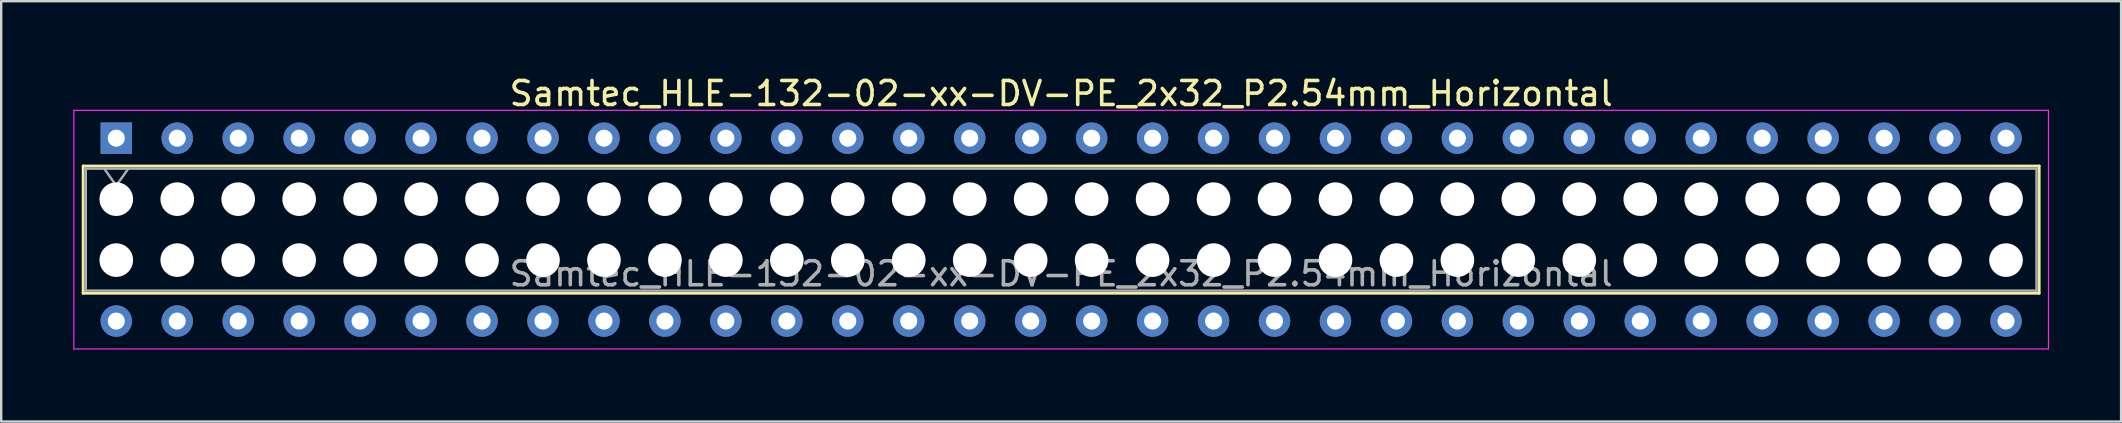
<source format=kicad_pcb>
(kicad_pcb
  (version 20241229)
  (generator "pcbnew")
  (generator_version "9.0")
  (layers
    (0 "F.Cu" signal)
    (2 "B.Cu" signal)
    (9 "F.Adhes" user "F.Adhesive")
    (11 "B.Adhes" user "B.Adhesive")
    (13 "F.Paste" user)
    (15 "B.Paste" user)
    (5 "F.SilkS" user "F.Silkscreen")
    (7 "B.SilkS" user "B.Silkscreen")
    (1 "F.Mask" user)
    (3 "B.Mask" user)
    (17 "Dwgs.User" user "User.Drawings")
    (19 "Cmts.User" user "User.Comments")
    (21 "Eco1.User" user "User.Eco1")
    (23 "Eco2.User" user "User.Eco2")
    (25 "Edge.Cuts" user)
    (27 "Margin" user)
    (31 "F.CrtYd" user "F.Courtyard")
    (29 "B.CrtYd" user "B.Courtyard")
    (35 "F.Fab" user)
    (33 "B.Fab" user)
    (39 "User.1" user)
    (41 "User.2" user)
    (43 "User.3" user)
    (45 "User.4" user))
  (footprint "Samtec_HLE-132-02-xx-DV-PE_2x32_P2.54mm_Horizontal"
    (layer "F.Cu")
    (at 1.795 2.708)
    (property "Reference" "Samtec_HLE-132-02-xx-DV-PE_2x32_P2.54mm_Horizontal" (at 39.37 -1.86 0) (layer "F.SilkS") (effects (font (size 1 1) (thickness 0.15))))
    (attr through_hole)
    (fp_line (start -1.38 1.16) (end 80.12 1.16) (stroke (width 0.12) (type solid)) (layer "F.SilkS"))
    (fp_line (start -1.38 6.46) (end -1.38 1.16) (stroke (width 0.12) (type solid)) (layer "F.SilkS"))
    (fp_line (start 80.12 1.16) (end 80.12 6.46) (stroke (width 0.12) (type solid)) (layer "F.SilkS"))
    (fp_line (start 80.12 6.46) (end -1.38 6.46) (stroke (width 0.12) (type solid)) (layer "F.SilkS"))
    (fp_line (start -1.77 -1.16) (end 80.51 -1.16) (stroke (width 0.05) (type solid)) (layer "F.CrtYd"))
    (fp_line (start -1.77 8.78) (end -1.77 -1.16) (stroke (width 0.05) (type solid)) (layer "F.CrtYd"))
    (fp_line (start 80.51 -1.16) (end 80.51 8.78) (stroke (width 0.05) (type solid)) (layer "F.CrtYd"))
    (fp_line (start 80.51 8.78) (end -1.77 8.78) (stroke (width 0.05) (type solid)) (layer "F.CrtYd"))
    (fp_line (start -1.27 1.27) (end 80.01 1.27) (stroke (width 0.1) (type solid)) (layer "F.Fab"))
    (fp_line (start -1.27 6.35) (end -1.27 1.27) (stroke (width 0.1) (type solid)) (layer "F.Fab"))
    (fp_line (start -0.5 1.27) (end 0 1.977) (stroke (width 0.1) (type solid)) (layer "F.Fab"))
    (fp_line (start 0 1.977) (end 0.5 1.27) (stroke (width 0.1) (type solid)) (layer "F.Fab"))
    (fp_line (start 80.01 1.27) (end 80.01 6.35) (stroke (width 0.1) (type solid)) (layer "F.Fab"))
    (fp_line (start 80.01 6.35) (end -1.27 6.35) (stroke (width 0.1) (type solid)) (layer "F.Fab"))
    (fp_text user "${REFERENCE}" (at 39.37 5.65 0) (layer "F.Fab") (effects (font (size 1 1) (thickness 0.15))))
    (pad "" np_thru_hole circle (at 0 2.54) (size 1.4 1.4) (drill 1.4) (layers "*.Cu" "*.Mask"))
    (pad "" np_thru_hole circle (at 0 5.08) (size 1.4 1.4) (drill 1.4) (layers "*.Cu" "*.Mask"))
    (pad "" np_thru_hole circle (at 2.54 2.54) (size 1.4 1.4) (drill 1.4) (layers "*.Cu" "*.Mask"))
    (pad "" np_thru_hole circle (at 2.54 5.08) (size 1.4 1.4) (drill 1.4) (layers "*.Cu" "*.Mask"))
    (pad "" np_thru_hole circle (at 5.08 2.54) (size 1.4 1.4) (drill 1.4) (layers "*.Cu" "*.Mask"))
    (pad "" np_thru_hole circle (at 5.08 5.08) (size 1.4 1.4) (drill 1.4) (layers "*.Cu" "*.Mask"))
    (pad "" np_thru_hole circle (at 7.62 2.54) (size 1.4 1.4) (drill 1.4) (layers "*.Cu" "*.Mask"))
    (pad "" np_thru_hole circle (at 7.62 5.08) (size 1.4 1.4) (drill 1.4) (layers "*.Cu" "*.Mask"))
    (pad "" np_thru_hole circle (at 10.16 2.54) (size 1.4 1.4) (drill 1.4) (layers "*.Cu" "*.Mask"))
    (pad "" np_thru_hole circle (at 10.16 5.08) (size 1.4 1.4) (drill 1.4) (layers "*.Cu" "*.Mask"))
    (pad "" np_thru_hole circle (at 12.7 2.54) (size 1.4 1.4) (drill 1.4) (layers "*.Cu" "*.Mask"))
    (pad "" np_thru_hole circle (at 12.7 5.08) (size 1.4 1.4) (drill 1.4) (layers "*.Cu" "*.Mask"))
    (pad "" np_thru_hole circle (at 15.24 2.54) (size 1.4 1.4) (drill 1.4) (layers "*.Cu" "*.Mask"))
    (pad "" np_thru_hole circle (at 15.24 5.08) (size 1.4 1.4) (drill 1.4) (layers "*.Cu" "*.Mask"))
    (pad "" np_thru_hole circle (at 17.78 2.54) (size 1.4 1.4) (drill 1.4) (layers "*.Cu" "*.Mask"))
    (pad "" np_thru_hole circle (at 17.78 5.08) (size 1.4 1.4) (drill 1.4) (layers "*.Cu" "*.Mask"))
    (pad "" np_thru_hole circle (at 20.32 2.54) (size 1.4 1.4) (drill 1.4) (layers "*.Cu" "*.Mask"))
    (pad "" np_thru_hole circle (at 20.32 5.08) (size 1.4 1.4) (drill 1.4) (layers "*.Cu" "*.Mask"))
    (pad "" np_thru_hole circle (at 22.86 2.54) (size 1.4 1.4) (drill 1.4) (layers "*.Cu" "*.Mask"))
    (pad "" np_thru_hole circle (at 22.86 5.08) (size 1.4 1.4) (drill 1.4) (layers "*.Cu" "*.Mask"))
    (pad "" np_thru_hole circle (at 25.4 2.54) (size 1.4 1.4) (drill 1.4) (layers "*.Cu" "*.Mask"))
    (pad "" np_thru_hole circle (at 25.4 5.08) (size 1.4 1.4) (drill 1.4) (layers "*.Cu" "*.Mask"))
    (pad "" np_thru_hole circle (at 27.94 2.54) (size 1.4 1.4) (drill 1.4) (layers "*.Cu" "*.Mask"))
    (pad "" np_thru_hole circle (at 27.94 5.08) (size 1.4 1.4) (drill 1.4) (layers "*.Cu" "*.Mask"))
    (pad "" np_thru_hole circle (at 30.48 2.54) (size 1.4 1.4) (drill 1.4) (layers "*.Cu" "*.Mask"))
    (pad "" np_thru_hole circle (at 30.48 5.08) (size 1.4 1.4) (drill 1.4) (layers "*.Cu" "*.Mask"))
    (pad "" np_thru_hole circle (at 33.02 2.54) (size 1.4 1.4) (drill 1.4) (layers "*.Cu" "*.Mask"))
    (pad "" np_thru_hole circle (at 33.02 5.08) (size 1.4 1.4) (drill 1.4) (layers "*.Cu" "*.Mask"))
    (pad "" np_thru_hole circle (at 35.56 2.54) (size 1.4 1.4) (drill 1.4) (layers "*.Cu" "*.Mask"))
    (pad "" np_thru_hole circle (at 35.56 5.08) (size 1.4 1.4) (drill 1.4) (layers "*.Cu" "*.Mask"))
    (pad "" np_thru_hole circle (at 38.1 2.54) (size 1.4 1.4) (drill 1.4) (layers "*.Cu" "*.Mask"))
    (pad "" np_thru_hole circle (at 38.1 5.08) (size 1.4 1.4) (drill 1.4) (layers "*.Cu" "*.Mask"))
    (pad "" np_thru_hole circle (at 40.64 2.54) (size 1.4 1.4) (drill 1.4) (layers "*.Cu" "*.Mask"))
    (pad "" np_thru_hole circle (at 40.64 5.08) (size 1.4 1.4) (drill 1.4) (layers "*.Cu" "*.Mask"))
    (pad "" np_thru_hole circle (at 43.18 2.54) (size 1.4 1.4) (drill 1.4) (layers "*.Cu" "*.Mask"))
    (pad "" np_thru_hole circle (at 43.18 5.08) (size 1.4 1.4) (drill 1.4) (layers "*.Cu" "*.Mask"))
    (pad "" np_thru_hole circle (at 45.72 2.54) (size 1.4 1.4) (drill 1.4) (layers "*.Cu" "*.Mask"))
    (pad "" np_thru_hole circle (at 45.72 5.08) (size 1.4 1.4) (drill 1.4) (layers "*.Cu" "*.Mask"))
    (pad "" np_thru_hole circle (at 48.26 2.54) (size 1.4 1.4) (drill 1.4) (layers "*.Cu" "*.Mask"))
    (pad "" np_thru_hole circle (at 48.26 5.08) (size 1.4 1.4) (drill 1.4) (layers "*.Cu" "*.Mask"))
    (pad "" np_thru_hole circle (at 50.8 2.54) (size 1.4 1.4) (drill 1.4) (layers "*.Cu" "*.Mask"))
    (pad "" np_thru_hole circle (at 50.8 5.08) (size 1.4 1.4) (drill 1.4) (layers "*.Cu" "*.Mask"))
    (pad "" np_thru_hole circle (at 53.34 2.54) (size 1.4 1.4) (drill 1.4) (layers "*.Cu" "*.Mask"))
    (pad "" np_thru_hole circle (at 53.34 5.08) (size 1.4 1.4) (drill 1.4) (layers "*.Cu" "*.Mask"))
    (pad "" np_thru_hole circle (at 55.88 2.54) (size 1.4 1.4) (drill 1.4) (layers "*.Cu" "*.Mask"))
    (pad "" np_thru_hole circle (at 55.88 5.08) (size 1.4 1.4) (drill 1.4) (layers "*.Cu" "*.Mask"))
    (pad "" np_thru_hole circle (at 58.42 2.54) (size 1.4 1.4) (drill 1.4) (layers "*.Cu" "*.Mask"))
    (pad "" np_thru_hole circle (at 58.42 5.08) (size 1.4 1.4) (drill 1.4) (layers "*.Cu" "*.Mask"))
    (pad "" np_thru_hole circle (at 60.96 2.54) (size 1.4 1.4) (drill 1.4) (layers "*.Cu" "*.Mask"))
    (pad "" np_thru_hole circle (at 60.96 5.08) (size 1.4 1.4) (drill 1.4) (layers "*.Cu" "*.Mask"))
    (pad "" np_thru_hole circle (at 63.5 2.54) (size 1.4 1.4) (drill 1.4) (layers "*.Cu" "*.Mask"))
    (pad "" np_thru_hole circle (at 63.5 5.08) (size 1.4 1.4) (drill 1.4) (layers "*.Cu" "*.Mask"))
    (pad "" np_thru_hole circle (at 66.04 2.54) (size 1.4 1.4) (drill 1.4) (layers "*.Cu" "*.Mask"))
    (pad "" np_thru_hole circle (at 66.04 5.08) (size 1.4 1.4) (drill 1.4) (layers "*.Cu" "*.Mask"))
    (pad "" np_thru_hole circle (at 68.58 2.54) (size 1.4 1.4) (drill 1.4) (layers "*.Cu" "*.Mask"))
    (pad "" np_thru_hole circle (at 68.58 5.08) (size 1.4 1.4) (drill 1.4) (layers "*.Cu" "*.Mask"))
    (pad "" np_thru_hole circle (at 71.12 2.54) (size 1.4 1.4) (drill 1.4) (layers "*.Cu" "*.Mask"))
    (pad "" np_thru_hole circle (at 71.12 5.08) (size 1.4 1.4) (drill 1.4) (layers "*.Cu" "*.Mask"))
    (pad "" np_thru_hole circle (at 73.66 2.54) (size 1.4 1.4) (drill 1.4) (layers "*.Cu" "*.Mask"))
    (pad "" np_thru_hole circle (at 73.66 5.08) (size 1.4 1.4) (drill 1.4) (layers "*.Cu" "*.Mask"))
    (pad "" np_thru_hole circle (at 76.2 2.54) (size 1.4 1.4) (drill 1.4) (layers "*.Cu" "*.Mask"))
    (pad "" np_thru_hole circle (at 76.2 5.08) (size 1.4 1.4) (drill 1.4) (layers "*.Cu" "*.Mask"))
    (pad "" np_thru_hole circle (at 78.74 2.54) (size 1.4 1.4) (drill 1.4) (layers "*.Cu" "*.Mask"))
    (pad "" np_thru_hole circle (at 78.74 5.08) (size 1.4 1.4) (drill 1.4) (layers "*.Cu" "*.Mask"))
    (pad "1" thru_hole rect (at 0 0) (size 1.31 1.31) (drill 0.71) (layers "*.Cu" "*.Mask"))
    (pad "2" thru_hole circle (at 0 7.62) (size 1.31 1.31) (drill 0.71) (layers "*.Cu" "*.Mask"))
    (pad "3" thru_hole circle (at 2.54 0) (size 1.31 1.31) (drill 0.71) (layers "*.Cu" "*.Mask"))
    (pad "4" thru_hole circle (at 2.54 7.62) (size 1.31 1.31) (drill 0.71) (layers "*.Cu" "*.Mask"))
    (pad "5" thru_hole circle (at 5.08 0) (size 1.31 1.31) (drill 0.71) (layers "*.Cu" "*.Mask"))
    (pad "6" thru_hole circle (at 5.08 7.62) (size 1.31 1.31) (drill 0.71) (layers "*.Cu" "*.Mask"))
    (pad "7" thru_hole circle (at 7.62 0) (size 1.31 1.31) (drill 0.71) (layers "*.Cu" "*.Mask"))
    (pad "8" thru_hole circle (at 7.62 7.62) (size 1.31 1.31) (drill 0.71) (layers "*.Cu" "*.Mask"))
    (pad "9" thru_hole circle (at 10.16 0) (size 1.31 1.31) (drill 0.71) (layers "*.Cu" "*.Mask"))
    (pad "10" thru_hole circle (at 10.16 7.62) (size 1.31 1.31) (drill 0.71) (layers "*.Cu" "*.Mask"))
    (pad "11" thru_hole circle (at 12.7 0) (size 1.31 1.31) (drill 0.71) (layers "*.Cu" "*.Mask"))
    (pad "12" thru_hole circle (at 12.7 7.62) (size 1.31 1.31) (drill 0.71) (layers "*.Cu" "*.Mask"))
    (pad "13" thru_hole circle (at 15.24 0) (size 1.31 1.31) (drill 0.71) (layers "*.Cu" "*.Mask"))
    (pad "14" thru_hole circle (at 15.24 7.62) (size 1.31 1.31) (drill 0.71) (layers "*.Cu" "*.Mask"))
    (pad "15" thru_hole circle (at 17.78 0) (size 1.31 1.31) (drill 0.71) (layers "*.Cu" "*.Mask"))
    (pad "16" thru_hole circle (at 17.78 7.62) (size 1.31 1.31) (drill 0.71) (layers "*.Cu" "*.Mask"))
    (pad "17" thru_hole circle (at 20.32 0) (size 1.31 1.31) (drill 0.71) (layers "*.Cu" "*.Mask"))
    (pad "18" thru_hole circle (at 20.32 7.62) (size 1.31 1.31) (drill 0.71) (layers "*.Cu" "*.Mask"))
    (pad "19" thru_hole circle (at 22.86 0) (size 1.31 1.31) (drill 0.71) (layers "*.Cu" "*.Mask"))
    (pad "20" thru_hole circle (at 22.86 7.62) (size 1.31 1.31) (drill 0.71) (layers "*.Cu" "*.Mask"))
    (pad "21" thru_hole circle (at 25.4 0) (size 1.31 1.31) (drill 0.71) (layers "*.Cu" "*.Mask"))
    (pad "22" thru_hole circle (at 25.4 7.62) (size 1.31 1.31) (drill 0.71) (layers "*.Cu" "*.Mask"))
    (pad "23" thru_hole circle (at 27.94 0) (size 1.31 1.31) (drill 0.71) (layers "*.Cu" "*.Mask"))
    (pad "24" thru_hole circle (at 27.94 7.62) (size 1.31 1.31) (drill 0.71) (layers "*.Cu" "*.Mask"))
    (pad "25" thru_hole circle (at 30.48 0) (size 1.31 1.31) (drill 0.71) (layers "*.Cu" "*.Mask"))
    (pad "26" thru_hole circle (at 30.48 7.62) (size 1.31 1.31) (drill 0.71) (layers "*.Cu" "*.Mask"))
    (pad "27" thru_hole circle (at 33.02 0) (size 1.31 1.31) (drill 0.71) (layers "*.Cu" "*.Mask"))
    (pad "28" thru_hole circle (at 33.02 7.62) (size 1.31 1.31) (drill 0.71) (layers "*.Cu" "*.Mask"))
    (pad "29" thru_hole circle (at 35.56 0) (size 1.31 1.31) (drill 0.71) (layers "*.Cu" "*.Mask"))
    (pad "30" thru_hole circle (at 35.56 7.62) (size 1.31 1.31) (drill 0.71) (layers "*.Cu" "*.Mask"))
    (pad "31" thru_hole circle (at 38.1 0) (size 1.31 1.31) (drill 0.71) (layers "*.Cu" "*.Mask"))
    (pad "32" thru_hole circle (at 38.1 7.62) (size 1.31 1.31) (drill 0.71) (layers "*.Cu" "*.Mask"))
    (pad "33" thru_hole circle (at 40.64 0) (size 1.31 1.31) (drill 0.71) (layers "*.Cu" "*.Mask"))
    (pad "34" thru_hole circle (at 40.64 7.62) (size 1.31 1.31) (drill 0.71) (layers "*.Cu" "*.Mask"))
    (pad "35" thru_hole circle (at 43.18 0) (size 1.31 1.31) (drill 0.71) (layers "*.Cu" "*.Mask"))
    (pad "36" thru_hole circle (at 43.18 7.62) (size 1.31 1.31) (drill 0.71) (layers "*.Cu" "*.Mask"))
    (pad "37" thru_hole circle (at 45.72 0) (size 1.31 1.31) (drill 0.71) (layers "*.Cu" "*.Mask"))
    (pad "38" thru_hole circle (at 45.72 7.62) (size 1.31 1.31) (drill 0.71) (layers "*.Cu" "*.Mask"))
    (pad "39" thru_hole circle (at 48.26 0) (size 1.31 1.31) (drill 0.71) (layers "*.Cu" "*.Mask"))
    (pad "40" thru_hole circle (at 48.26 7.62) (size 1.31 1.31) (drill 0.71) (layers "*.Cu" "*.Mask"))
    (pad "41" thru_hole circle (at 50.8 0) (size 1.31 1.31) (drill 0.71) (layers "*.Cu" "*.Mask"))
    (pad "42" thru_hole circle (at 50.8 7.62) (size 1.31 1.31) (drill 0.71) (layers "*.Cu" "*.Mask"))
    (pad "43" thru_hole circle (at 53.34 0) (size 1.31 1.31) (drill 0.71) (layers "*.Cu" "*.Mask"))
    (pad "44" thru_hole circle (at 53.34 7.62) (size 1.31 1.31) (drill 0.71) (layers "*.Cu" "*.Mask"))
    (pad "45" thru_hole circle (at 55.88 0) (size 1.31 1.31) (drill 0.71) (layers "*.Cu" "*.Mask"))
    (pad "46" thru_hole circle (at 55.88 7.62) (size 1.31 1.31) (drill 0.71) (layers "*.Cu" "*.Mask"))
    (pad "47" thru_hole circle (at 58.42 0) (size 1.31 1.31) (drill 0.71) (layers "*.Cu" "*.Mask"))
    (pad "48" thru_hole circle (at 58.42 7.62) (size 1.31 1.31) (drill 0.71) (layers "*.Cu" "*.Mask"))
    (pad "49" thru_hole circle (at 60.96 0) (size 1.31 1.31) (drill 0.71) (layers "*.Cu" "*.Mask"))
    (pad "50" thru_hole circle (at 60.96 7.62) (size 1.31 1.31) (drill 0.71) (layers "*.Cu" "*.Mask"))
    (pad "51" thru_hole circle (at 63.5 0) (size 1.31 1.31) (drill 0.71) (layers "*.Cu" "*.Mask"))
    (pad "52" thru_hole circle (at 63.5 7.62) (size 1.31 1.31) (drill 0.71) (layers "*.Cu" "*.Mask"))
    (pad "53" thru_hole circle (at 66.04 0) (size 1.31 1.31) (drill 0.71) (layers "*.Cu" "*.Mask"))
    (pad "54" thru_hole circle (at 66.04 7.62) (size 1.31 1.31) (drill 0.71) (layers "*.Cu" "*.Mask"))
    (pad "55" thru_hole circle (at 68.58 0) (size 1.31 1.31) (drill 0.71) (layers "*.Cu" "*.Mask"))
    (pad "56" thru_hole circle (at 68.58 7.62) (size 1.31 1.31) (drill 0.71) (layers "*.Cu" "*.Mask"))
    (pad "57" thru_hole circle (at 71.12 0) (size 1.31 1.31) (drill 0.71) (layers "*.Cu" "*.Mask"))
    (pad "58" thru_hole circle (at 71.12 7.62) (size 1.31 1.31) (drill 0.71) (layers "*.Cu" "*.Mask"))
    (pad "59" thru_hole circle (at 73.66 0) (size 1.31 1.31) (drill 0.71) (layers "*.Cu" "*.Mask"))
    (pad "60" thru_hole circle (at 73.66 7.62) (size 1.31 1.31) (drill 0.71) (layers "*.Cu" "*.Mask"))
    (pad "61" thru_hole circle (at 76.2 0) (size 1.31 1.31) (drill 0.71) (layers "*.Cu" "*.Mask"))
    (pad "62" thru_hole circle (at 76.2 7.62) (size 1.31 1.31) (drill 0.71) (layers "*.Cu" "*.Mask"))
    (pad "63" thru_hole circle (at 78.74 0) (size 1.31 1.31) (drill 0.71) (layers "*.Cu" "*.Mask"))
    (pad "64" thru_hole circle (at 78.74 7.62) (size 1.31 1.31) (drill 0.71) (layers "*.Cu" "*.Mask")))
  (gr_rect
    (start -3 -3)
    (end 85.33 14.513)
    (stroke (width 0.1) (type default))
    (fill no)
    (layer "Edge.Cuts")))
</source>
